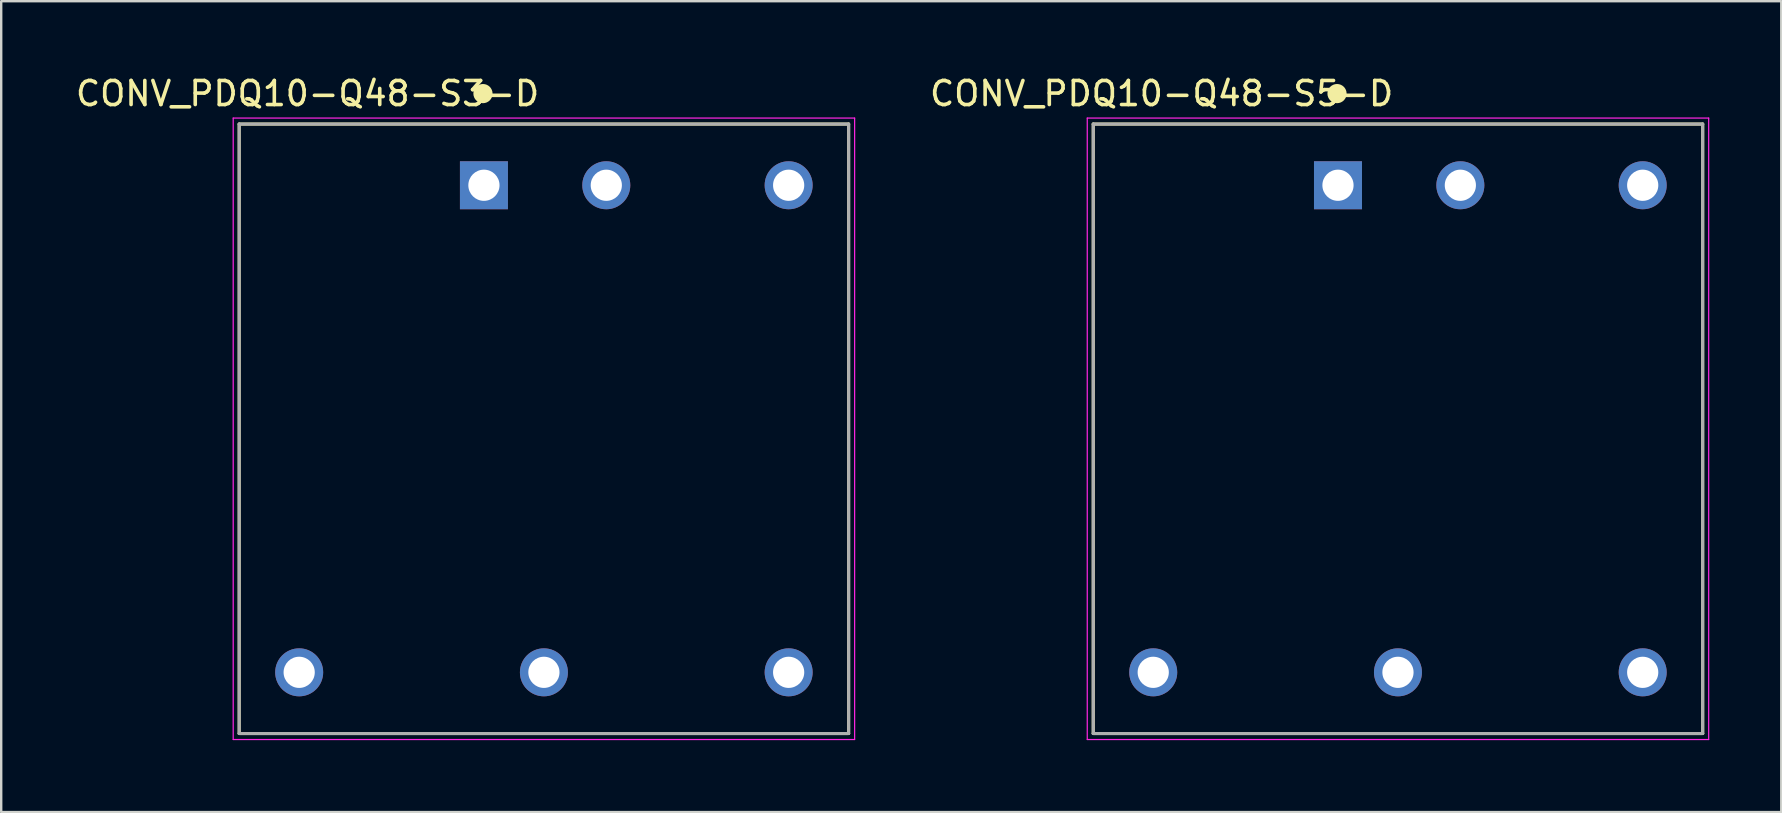
<source format=kicad_pcb>
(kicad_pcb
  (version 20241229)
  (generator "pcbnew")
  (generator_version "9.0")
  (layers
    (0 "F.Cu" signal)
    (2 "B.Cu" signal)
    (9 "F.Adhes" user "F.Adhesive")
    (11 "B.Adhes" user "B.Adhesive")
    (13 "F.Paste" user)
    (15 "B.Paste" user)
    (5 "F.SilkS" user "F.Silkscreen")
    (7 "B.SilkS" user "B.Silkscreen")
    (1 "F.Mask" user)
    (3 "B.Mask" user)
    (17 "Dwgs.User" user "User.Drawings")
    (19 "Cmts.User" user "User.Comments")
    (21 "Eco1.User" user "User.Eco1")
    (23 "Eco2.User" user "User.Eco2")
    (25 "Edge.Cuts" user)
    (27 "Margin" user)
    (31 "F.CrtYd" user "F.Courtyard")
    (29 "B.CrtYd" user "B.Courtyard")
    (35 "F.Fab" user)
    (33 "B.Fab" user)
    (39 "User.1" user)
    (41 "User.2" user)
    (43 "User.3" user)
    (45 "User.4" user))
  (footprint "CONV_PDQ10-Q48-S5-D"
    (layer "F.Cu")
    (at 55.214 14.821)
    (property "Reference" "CONV_PDQ10-Q48-S5-D" (at -9.851 -13.971 0) (layer "F.SilkS") (effects (font (size 1.003 1.003) (thickness 0.15))))
    (attr through_hole)
    (fp_line (start -12.7 -12.7) (end 12.7 -12.7) (stroke (width 0.127) (type solid)) (layer "F.SilkS"))
    (fp_line (start -12.7 12.7) (end -12.7 -12.7) (stroke (width 0.127) (type solid)) (layer "F.SilkS"))
    (fp_line (start 12.7 -12.7) (end 12.7 12.7) (stroke (width 0.127) (type solid)) (layer "F.SilkS"))
    (fp_line (start 12.7 12.7) (end -12.7 12.7) (stroke (width 0.127) (type solid)) (layer "F.SilkS"))
    (fp_circle (center -2.54 -13.97) (end -2.34 -13.97) (stroke (width 0.4) (type solid)) (fill no) (layer "F.SilkS"))
    (fp_line (start -12.95 -12.95) (end 12.95 -12.95) (stroke (width 0.05) (type solid)) (layer "F.CrtYd"))
    (fp_line (start -12.95 12.95) (end -12.95 -12.95) (stroke (width 0.05) (type solid)) (layer "F.CrtYd"))
    (fp_line (start 12.95 -12.95) (end 12.95 12.95) (stroke (width 0.05) (type solid)) (layer "F.CrtYd"))
    (fp_line (start 12.95 12.95) (end -12.95 12.95) (stroke (width 0.05) (type solid)) (layer "F.CrtYd"))
    (fp_line (start -12.7 -12.7) (end 12.7 -12.7) (stroke (width 0.127) (type solid)) (layer "F.Fab"))
    (fp_line (start -12.7 12.7) (end -12.7 -12.7) (stroke (width 0.127) (type solid)) (layer "F.Fab"))
    (fp_line (start 12.7 -12.7) (end 12.7 12.7) (stroke (width 0.127) (type solid)) (layer "F.Fab"))
    (fp_line (start 12.7 12.7) (end -12.7 12.7) (stroke (width 0.127) (type solid)) (layer "F.Fab"))
    (fp_circle (center -2.54 -10.16) (end -2.34 -10.16) (stroke (width 0.4) (type solid)) (fill no) (layer "F.Fab"))
    (pad "1" thru_hole rect (at -2.5 -10.15) (size 2 2) (drill 1.3) (layers "*.Cu" "*.Mask"))
    (pad "2" thru_hole circle (at 2.6 -10.15) (size 2 2) (drill 1.3) (layers "*.Cu" "*.Mask"))
    (pad "3" thru_hole circle (at -10.2 10.15) (size 2 2) (drill 1.3) (layers "*.Cu" "*.Mask"))
    (pad "4" thru_hole circle (at 0 10.15) (size 2 2) (drill 1.3) (layers "*.Cu" "*.Mask"))
    (pad "5" thru_hole circle (at 10.2 10.15) (size 2 2) (drill 1.3) (layers "*.Cu" "*.Mask"))
    (pad "6" thru_hole circle (at 10.2 -10.15) (size 2 2) (drill 1.3) (layers "*.Cu" "*.Mask")))
  (footprint "CONV_PDQ10-Q48-S3-D"
    (layer "F.Cu")
    (at 19.619 14.821)
    (property "Reference" "CONV_PDQ10-Q48-S3-D" (at -9.851 -13.971 0) (layer "F.SilkS") (effects (font (size 1.003 1.003) (thickness 0.15))))
    (attr through_hole)
    (fp_line (start -12.7 -12.7) (end 12.7 -12.7) (stroke (width 0.127) (type solid)) (layer "F.SilkS"))
    (fp_line (start -12.7 12.7) (end -12.7 -12.7) (stroke (width 0.127) (type solid)) (layer "F.SilkS"))
    (fp_line (start 12.7 -12.7) (end 12.7 12.7) (stroke (width 0.127) (type solid)) (layer "F.SilkS"))
    (fp_line (start 12.7 12.7) (end -12.7 12.7) (stroke (width 0.127) (type solid)) (layer "F.SilkS"))
    (fp_circle (center -2.54 -13.97) (end -2.34 -13.97) (stroke (width 0.4) (type solid)) (fill no) (layer "F.SilkS"))
    (fp_line (start -12.95 -12.95) (end 12.95 -12.95) (stroke (width 0.05) (type solid)) (layer "F.CrtYd"))
    (fp_line (start -12.95 12.95) (end -12.95 -12.95) (stroke (width 0.05) (type solid)) (layer "F.CrtYd"))
    (fp_line (start 12.95 -12.95) (end 12.95 12.95) (stroke (width 0.05) (type solid)) (layer "F.CrtYd"))
    (fp_line (start 12.95 12.95) (end -12.95 12.95) (stroke (width 0.05) (type solid)) (layer "F.CrtYd"))
    (fp_line (start -12.7 -12.7) (end 12.7 -12.7) (stroke (width 0.127) (type solid)) (layer "F.Fab"))
    (fp_line (start -12.7 12.7) (end -12.7 -12.7) (stroke (width 0.127) (type solid)) (layer "F.Fab"))
    (fp_line (start 12.7 -12.7) (end 12.7 12.7) (stroke (width 0.127) (type solid)) (layer "F.Fab"))
    (fp_line (start 12.7 12.7) (end -12.7 12.7) (stroke (width 0.127) (type solid)) (layer "F.Fab"))
    (fp_circle (center -2.54 -10.16) (end -2.34 -10.16) (stroke (width 0.4) (type solid)) (fill no) (layer "F.Fab"))
    (pad "1" thru_hole rect (at -2.5 -10.15) (size 2 2) (drill 1.3) (layers "*.Cu" "*.Mask"))
    (pad "2" thru_hole circle (at 2.6 -10.15) (size 2 2) (drill 1.3) (layers "*.Cu" "*.Mask"))
    (pad "3" thru_hole circle (at -10.2 10.15) (size 2 2) (drill 1.3) (layers "*.Cu" "*.Mask"))
    (pad "4" thru_hole circle (at 0 10.15) (size 2 2) (drill 1.3) (layers "*.Cu" "*.Mask"))
    (pad "5" thru_hole circle (at 10.2 10.15) (size 2 2) (drill 1.3) (layers "*.Cu" "*.Mask"))
    (pad "6" thru_hole circle (at 10.2 -10.15) (size 2 2) (drill 1.3) (layers "*.Cu" "*.Mask")))
  (gr_rect
    (start -3 -3)
    (end 71.189 30.796)
    (stroke (width 0.1) (type default))
    (fill no)
    (layer "Edge.Cuts")))
</source>
